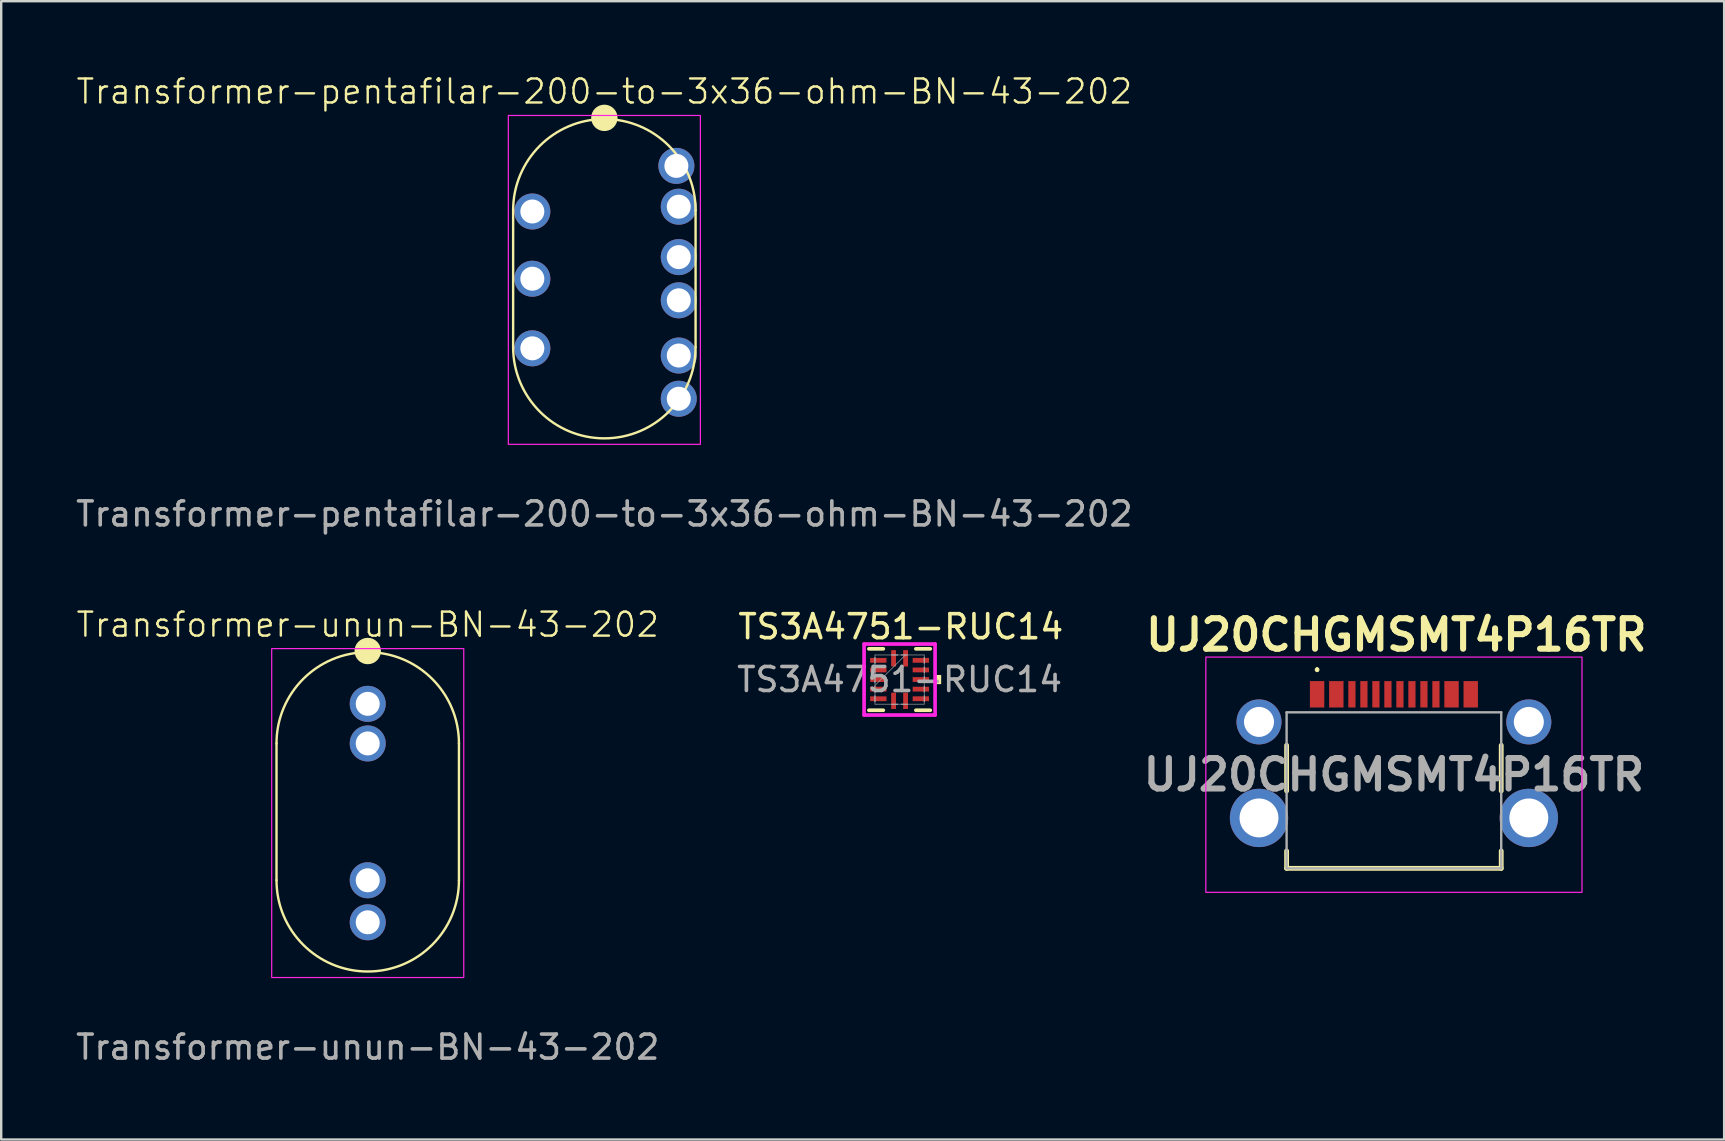
<source format=kicad_pcb>
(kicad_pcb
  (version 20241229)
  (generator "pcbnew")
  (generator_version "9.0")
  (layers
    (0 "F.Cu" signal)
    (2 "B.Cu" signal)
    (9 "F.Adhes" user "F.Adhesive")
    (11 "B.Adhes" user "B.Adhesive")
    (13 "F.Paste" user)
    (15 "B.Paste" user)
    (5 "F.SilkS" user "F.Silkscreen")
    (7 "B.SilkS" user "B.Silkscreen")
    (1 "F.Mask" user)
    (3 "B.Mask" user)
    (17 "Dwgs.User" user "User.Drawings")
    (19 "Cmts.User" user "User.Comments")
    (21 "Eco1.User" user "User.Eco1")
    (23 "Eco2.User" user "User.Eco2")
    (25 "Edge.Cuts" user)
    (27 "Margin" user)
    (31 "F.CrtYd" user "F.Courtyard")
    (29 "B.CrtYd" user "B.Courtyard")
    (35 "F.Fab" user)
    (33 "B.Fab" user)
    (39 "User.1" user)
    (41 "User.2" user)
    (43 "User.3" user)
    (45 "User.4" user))
  (footprint "UJ20CHGMSMT4P16TR"
    (layer "F.Cu")
    (at 55.015 29.497)
    (property "Reference" "UJ20CHGMSMT4P16TR" (at 0.1 -6.1 0) (layer "F.SilkS") (effects (font (size 1.27 1.27) (thickness 0.254))))
    (attr through_hole)
    (fp_line (start -4.47 -1.5) (end -4.47 0.4) (stroke (width 0.2) (type solid)) (layer "F.SilkS"))
    (fp_line (start -4.47 2.9) (end -4.47 3.625) (stroke (width 0.2) (type solid)) (layer "F.SilkS"))
    (fp_line (start -4.47 3.625) (end 4.47 3.625) (stroke (width 0.2) (type solid)) (layer "F.SilkS"))
    (fp_line (start -3.2 -4.7) (end -3.2 -4.7) (stroke (width 0.1) (type solid)) (layer "F.SilkS"))
    (fp_line (start -3.2 -4.6) (end -3.2 -4.6) (stroke (width 0.1) (type solid)) (layer "F.SilkS"))
    (fp_line (start 4.47 -1.5) (end 4.47 0.4) (stroke (width 0.2) (type solid)) (layer "F.SilkS"))
    (fp_line (start 4.47 3.625) (end 4.47 2.9) (stroke (width 0.2) (type solid)) (layer "F.SilkS"))
    (fp_arc (start -3.2 -4.7) (mid -3.15 -4.65) (end -3.2 -4.6) (stroke (width 0.1) (type solid)) (layer "F.SilkS"))
    (fp_arc (start -3.2 -4.6) (mid -3.25 -4.65) (end -3.2 -4.7) (stroke (width 0.1) (type solid)) (layer "F.SilkS"))
    (fp_rect (start -7.835 -5.175) (end 7.835 4.625) (stroke (width 0.05) (type default)) (fill no) (layer "F.CrtYd"))
    (fp_line (start -4.47 -2.875) (end 4.47 -2.875) (stroke (width 0.1) (type solid)) (layer "F.Fab"))
    (fp_line (start -4.47 3.625) (end -4.47 -2.875) (stroke (width 0.1) (type solid)) (layer "F.Fab"))
    (fp_line (start 4.47 -2.875) (end 4.47 3.625) (stroke (width 0.1) (type solid)) (layer "F.Fab"))
    (fp_line (start 4.47 3.625) (end -4.47 3.625) (stroke (width 0.1) (type solid)) (layer "F.Fab"))
    (fp_text user "${REFERENCE}" (at 0 -0.275 0) (layer "F.Fab") (effects (font (size 1.27 1.27) (thickness 0.254))))
    (pad "1" thru_hole circle (at -5.62 -2.475) (size 1.875 1.875) (drill 1.25) (layers "*.Cu" "*.Mask"))
    (pad "2" thru_hole circle (at 5.62 -2.475) (size 1.875 1.875) (drill 1.25) (layers "*.Cu" "*.Mask"))
    (pad "3" thru_hole circle (at -5.62 1.525) (size 2.43 2.43) (drill 1.62) (layers "*.Cu" "*.Mask"))
    (pad "4" thru_hole circle (at 5.62 1.525) (size 2.43 2.43) (drill 1.62) (layers "*.Cu" "*.Mask"))
    (pad "A1" smd rect (at -3.2 -3.625) (size 0.6 1.1) (layers "F.Cu" "F.Mask" "F.Paste"))
    (pad "A4" smd rect (at -2.4 -3.625) (size 0.6 1.1) (layers "F.Cu" "F.Mask" "F.Paste"))
    (pad "A5" smd rect (at -1.25 -3.625) (size 0.3 1.1) (layers "F.Cu" "F.Mask" "F.Paste"))
    (pad "A6" smd rect (at -0.25 -3.625) (size 0.3 1.1) (layers "F.Cu" "F.Mask" "F.Paste"))
    (pad "A7" smd rect (at 0.25 -3.625) (size 0.3 1.1) (layers "F.Cu" "F.Mask" "F.Paste"))
    (pad "A8" smd rect (at 1.25 -3.625) (size 0.3 1.1) (layers "F.Cu" "F.Mask" "F.Paste"))
    (pad "B1" smd rect (at 3.2 -3.625) (size 0.6 1.1) (layers "F.Cu" "F.Mask" "F.Paste"))
    (pad "B4" smd rect (at 2.4 -3.625) (size 0.6 1.1) (layers "F.Cu" "F.Mask" "F.Paste"))
    (pad "B5" smd rect (at 1.75 -3.625) (size 0.3 1.1) (layers "F.Cu" "F.Mask" "F.Paste"))
    (pad "B6" smd rect (at 0.75 -3.625) (size 0.3 1.1) (layers "F.Cu" "F.Mask" "F.Paste"))
    (pad "B7" smd rect (at -0.75 -3.625) (size 0.3 1.1) (layers "F.Cu" "F.Mask" "F.Paste"))
    (pad "B8" smd rect (at -1.75 -3.625) (size 0.3 1.1) (layers "F.Cu" "F.Mask" "F.Paste")))
  (footprint "Transformer-pentafilar-200-to-3x36-ohm-BN-43-202"
    (layer "F.Cu")
    (at 22.125 8.56)
    (property "Reference" "Transformer-pentafilar-200-to-3x36-ohm-BN-43-202" (at 0 -7.8 0) (unlocked yes) (layer "F.SilkS") (effects (font (size 1 1) (thickness 0.1))))
    (attr through_hole)
    (fp_line (start -3.8 2.85) (end -3.8 -2.85) (stroke (width 0.1) (type default)) (layer "F.SilkS"))
    (fp_line (start 3.8 -2.85) (end 3.8 2.85) (stroke (width 0.1) (type default)) (layer "F.SilkS"))
    (fp_arc (start -3.8 -2.85) (mid 0 -6.65) (end 3.8 -2.85) (stroke (width 0.1) (type solid)) (layer "F.SilkS"))
    (fp_arc (start 3.8 2.85) (mid 0 6.65) (end -3.8 2.85) (stroke (width 0.1) (type solid)) (layer "F.SilkS"))
    (fp_circle (center 0 -6.7) (end 0.5 -6.7) (stroke (width 0.1) (type solid)) (fill yes) (layer "F.SilkS"))
    (fp_rect (start -4 -6.8) (end 4 6.9) (stroke (width 0.05) (type default)) (fill no) (layer "F.CrtYd"))
    (fp_text user "${REFERENCE}" (at 0 9.8 0) (unlocked yes) (layer "F.Fab") (effects (font (size 1 1) (thickness 0.15))))
    (pad "1" thru_hole circle (at -3 -2.8) (size 1.5 1.5) (drill 1) (layers "*.Cu" "*.Mask"))
    (pad "2" thru_hole circle (at -3 0) (size 1.5 1.5) (drill 1) (layers "*.Cu" "*.Mask"))
    (pad "3" thru_hole circle (at -3 2.9) (size 1.5 1.5) (drill 1) (layers "*.Cu" "*.Mask"))
    (pad "4" thru_hole circle (at 3 -4.7) (size 1.5 1.5) (drill 1) (layers "*.Cu" "*.Mask"))
    (pad "5" thru_hole circle (at 3.1 -3) (size 1.5 1.5) (drill 1) (layers "*.Cu" "*.Mask"))
    (pad "6" thru_hole circle (at 3.1 -0.9) (size 1.5 1.5) (drill 1) (layers "*.Cu" "*.Mask"))
    (pad "7" thru_hole circle (at 3.1 0.9) (size 1.5 1.5) (drill 1) (layers "*.Cu" "*.Mask"))
    (pad "8" thru_hole circle (at 3.1 3.2) (size 1.5 1.5) (drill 1) (layers "*.Cu" "*.Mask"))
    (pad "9" thru_hole circle (at 3.1 5) (size 1.5 1.5) (drill 1) (layers "*.Cu" "*.Mask")))
  (footprint "Transformer-unun-BN-43-202"
    (layer "F.Cu")
    (at 12.268 30.769)
    (property "Reference" "Transformer-unun-BN-43-202" (at 0 -7.8 0) (unlocked yes) (layer "F.SilkS") (effects (font (size 1 1) (thickness 0.1))))
    (attr through_hole)
    (fp_line (start -3.8 2.85) (end -3.8 -2.85) (stroke (width 0.1) (type default)) (layer "F.SilkS"))
    (fp_line (start 3.8 -2.85) (end 3.8 2.85) (stroke (width 0.1) (type default)) (layer "F.SilkS"))
    (fp_arc (start -3.8 -2.85) (mid 0 -6.65) (end 3.8 -2.85) (stroke (width 0.1) (type solid)) (layer "F.SilkS"))
    (fp_arc (start 3.8 2.85) (mid 0 6.65) (end -3.8 2.85) (stroke (width 0.1) (type solid)) (layer "F.SilkS"))
    (fp_circle (center 0 -6.7) (end 0.5 -6.7) (stroke (width 0.1) (type solid)) (fill yes) (layer "F.SilkS"))
    (fp_rect (start -4 -6.8) (end 4 6.9) (stroke (width 0.05) (type default)) (fill no) (layer "F.CrtYd"))
    (fp_text user "${REFERENCE}" (at 0 9.8 0) (unlocked yes) (layer "F.Fab") (effects (font (size 1 1) (thickness 0.15))))
    (pad "1" thru_hole circle (at 0 -2.85) (size 1.5 1.5) (drill 1) (layers "*.Cu" "*.Mask"))
    (pad "2" thru_hole circle (at 0 2.85) (size 1.5 1.5) (drill 1) (layers "*.Cu" "*.Mask"))
    (pad "3" thru_hole circle (at 0 -4.5) (size 1.5 1.5) (drill 1) (layers "*.Cu" "*.Mask"))
    (pad "4" thru_hole circle (at 0 4.6) (size 1.5 1.5) (drill 1) (layers "*.Cu" "*.Mask")))
  (footprint "TS3A4751-RUC14"
    (layer "F.Cu")
    (at 34.423 25.257)
    (property "Reference" "TS3A4751-RUC14" (at 0.05 -2.2 0) (unlocked yes) (layer "F.SilkS") (effects (font (size 1 1) (thickness 0.15))))
    (attr smd)
    (fp_poly (pts (xy -1.275 -0.95) (xy -1.275 -0.65) (xy -0.495 -0.65) (xy -0.495 -0.95)) (stroke (width 0) (type solid)) (fill yes) (layer "F.Mask"))
    (fp_poly (pts (xy -1.275 -0.55) (xy -1.275 -0.25) (xy -0.495 -0.25) (xy -0.495 -0.55)) (stroke (width 0) (type solid)) (fill yes) (layer "F.Mask"))
    (fp_poly (pts (xy -1.275 -0.15) (xy -1.275 0.15) (xy -0.495 0.15) (xy -0.495 -0.15)) (stroke (width 0) (type solid)) (fill yes) (layer "F.Mask"))
    (fp_poly (pts (xy -1.275 0.25) (xy -1.275 0.55) (xy -0.495 0.55) (xy -0.495 0.25)) (stroke (width 0) (type solid)) (fill yes) (layer "F.Mask"))
    (fp_poly (pts (xy -1.275 0.65) (xy -1.275 0.95) (xy -0.495 0.95) (xy -0.495 0.65)) (stroke (width 0) (type solid)) (fill yes) (layer "F.Mask"))
    (fp_poly (pts (xy -0.4 -1.275) (xy -0.4 -0.495) (xy -0.1 -0.495) (xy -0.1 -1.275)) (stroke (width 0) (type solid)) (fill yes) (layer "F.Mask"))
    (fp_poly (pts (xy -0.4 0.495) (xy -0.4 1.275) (xy -0.1 1.275) (xy -0.1 0.495)) (stroke (width 0) (type solid)) (fill yes) (layer "F.Mask"))
    (fp_poly (pts (xy 0.1 -1.275) (xy 0.1 -0.495) (xy 0.4 -0.495) (xy 0.4 -1.275)) (stroke (width 0) (type solid)) (fill yes) (layer "F.Mask"))
    (fp_poly (pts (xy 0.1 0.495) (xy 0.1 1.275) (xy 0.4 1.275) (xy 0.4 0.495)) (stroke (width 0) (type solid)) (fill yes) (layer "F.Mask"))
    (fp_poly (pts (xy 0.495 -0.95) (xy 0.495 -0.65) (xy 1.275 -0.65) (xy 1.275 -0.95)) (stroke (width 0) (type solid)) (fill yes) (layer "F.Mask"))
    (fp_poly (pts (xy 0.495 -0.55) (xy 0.495 -0.25) (xy 1.275 -0.25) (xy 1.275 -0.55)) (stroke (width 0) (type solid)) (fill yes) (layer "F.Mask"))
    (fp_poly (pts (xy 0.495 -0.15) (xy 0.495 0.15) (xy 1.275 0.15) (xy 1.275 -0.15)) (stroke (width 0) (type solid)) (fill yes) (layer "F.Mask"))
    (fp_poly (pts (xy 0.495 0.25) (xy 0.495 0.55) (xy 1.275 0.55) (xy 1.275 0.25)) (stroke (width 0) (type solid)) (fill yes) (layer "F.Mask"))
    (fp_poly (pts (xy 0.495 0.65) (xy 0.495 0.95) (xy 1.275 0.95) (xy 1.275 0.65)) (stroke (width 0) (type solid)) (fill yes) (layer "F.Mask"))
    (fp_line (start -1.279 1.279) (end -0.678 1.279) (stroke (width 0.152) (type solid)) (layer "F.SilkS"))
    (fp_line (start -0.678 -1.279) (end -1.279 -1.279) (stroke (width 0.152) (type solid)) (layer "F.SilkS"))
    (fp_line (start 0.678 1.279) (end 1.279 1.279) (stroke (width 0.152) (type solid)) (layer "F.SilkS"))
    (fp_line (start 1.279 -1.279) (end 0.678 -1.279) (stroke (width 0.152) (type solid)) (layer "F.SilkS"))
    (fp_poly (pts (xy 1.733 -0.191) (xy 1.733 0.191) (xy 1.479 0.191) (xy 1.479 -0.191)) (stroke (width 0) (type solid)) (fill yes) (layer "F.SilkS"))
    (fp_poly (pts (xy -1.2 -0.875) (xy -1.2 -0.725) (xy -0.57 -0.725) (xy -0.57 -0.875)) (stroke (width 0) (type solid)) (fill yes) (layer "F.Paste"))
    (fp_poly (pts (xy -1.2 -0.475) (xy -1.2 -0.325) (xy -0.57 -0.325) (xy -0.57 -0.475)) (stroke (width 0) (type solid)) (fill yes) (layer "F.Paste"))
    (fp_poly (pts (xy -1.2 -0.075) (xy -1.2 0.075) (xy -0.57 0.075) (xy -0.57 -0.075)) (stroke (width 0) (type solid)) (fill yes) (layer "F.Paste"))
    (fp_poly (pts (xy -1.2 0.325) (xy -1.2 0.475) (xy -0.57 0.475) (xy -0.57 0.325)) (stroke (width 0) (type solid)) (fill yes) (layer "F.Paste"))
    (fp_poly (pts (xy -1.2 0.725) (xy -1.2 0.875) (xy -0.57 0.875) (xy -0.57 0.725)) (stroke (width 0) (type solid)) (fill yes) (layer "F.Paste"))
    (fp_poly (pts (xy -0.325 -1.2) (xy -0.325 -0.57) (xy -0.175 -0.57) (xy -0.175 -1.2)) (stroke (width 0) (type solid)) (fill yes) (layer "F.Paste"))
    (fp_poly (pts (xy -0.325 0.57) (xy -0.325 1.2) (xy -0.175 1.2) (xy -0.175 0.57)) (stroke (width 0) (type solid)) (fill yes) (layer "F.Paste"))
    (fp_poly (pts (xy 0.175 -1.2) (xy 0.175 -0.57) (xy 0.325 -0.57) (xy 0.325 -1.2)) (stroke (width 0) (type solid)) (fill yes) (layer "F.Paste"))
    (fp_poly (pts (xy 0.175 0.57) (xy 0.175 1.2) (xy 0.325 1.2) (xy 0.325 0.57)) (stroke (width 0) (type solid)) (fill yes) (layer "F.Paste"))
    (fp_poly (pts (xy 0.57 -0.875) (xy 0.57 -0.725) (xy 1.2 -0.725) (xy 1.2 -0.875)) (stroke (width 0) (type solid)) (fill yes) (layer "F.Paste"))
    (fp_poly (pts (xy 0.57 -0.475) (xy 0.57 -0.325) (xy 1.2 -0.325) (xy 1.2 -0.475)) (stroke (width 0) (type solid)) (fill yes) (layer "F.Paste"))
    (fp_poly (pts (xy 0.57 -0.075) (xy 0.57 0.075) (xy 1.2 0.075) (xy 1.2 -0.075)) (stroke (width 0) (type solid)) (fill yes) (layer "F.Paste"))
    (fp_poly (pts (xy 0.57 0.325) (xy 0.57 0.475) (xy 1.2 0.475) (xy 1.2 0.325)) (stroke (width 0) (type solid)) (fill yes) (layer "F.Paste"))
    (fp_poly (pts (xy 0.57 0.725) (xy 0.57 0.875) (xy 1.2 0.875) (xy 1.2 0.725)) (stroke (width 0) (type solid)) (fill yes) (layer "F.Paste"))
    (fp_line (start -1.479 -1.479) (end 1.479 -1.479) (stroke (width 0.152) (type solid)) (layer "F.CrtYd"))
    (fp_line (start -1.479 1.479) (end -1.479 -1.479) (stroke (width 0.152) (type solid)) (layer "F.CrtYd"))
    (fp_line (start 1.479 -1.479) (end 1.479 1.479) (stroke (width 0.152) (type solid)) (layer "F.CrtYd"))
    (fp_line (start 1.479 1.479) (end -1.479 1.479) (stroke (width 0.152) (type solid)) (layer "F.CrtYd"))
    (fp_line (start -1.025 -1.025) (end -1.025 1.025) (stroke (width 0.025) (type solid)) (layer "F.Fab"))
    (fp_line (start -1.025 -0.925) (end -1.025 -0.925) (stroke (width 0.025) (type solid)) (layer "F.Fab"))
    (fp_line (start -1.025 -0.925) (end -1.025 -0.675) (stroke (width 0.025) (type solid)) (layer "F.Fab"))
    (fp_line (start -1.025 -0.675) (end -1.025 -0.925) (stroke (width 0.025) (type solid)) (layer "F.Fab"))
    (fp_line (start -1.025 -0.675) (end -1.025 -0.675) (stroke (width 0.025) (type solid)) (layer "F.Fab"))
    (fp_line (start -1.025 -0.525) (end -1.025 -0.525) (stroke (width 0.025) (type solid)) (layer "F.Fab"))
    (fp_line (start -1.025 -0.525) (end -1.025 -0.275) (stroke (width 0.025) (type solid)) (layer "F.Fab"))
    (fp_line (start -1.025 -0.275) (end -1.025 -0.525) (stroke (width 0.025) (type solid)) (layer "F.Fab"))
    (fp_line (start -1.025 -0.275) (end -1.025 -0.275) (stroke (width 0.025) (type solid)) (layer "F.Fab"))
    (fp_line (start -1.025 -0.125) (end -1.025 -0.125) (stroke (width 0.025) (type solid)) (layer "F.Fab"))
    (fp_line (start -1.025 -0.125) (end -1.025 0.125) (stroke (width 0.025) (type solid)) (layer "F.Fab"))
    (fp_line (start -1.025 0.125) (end -1.025 -0.125) (stroke (width 0.025) (type solid)) (layer "F.Fab"))
    (fp_line (start -1.025 0.125) (end -1.025 0.125) (stroke (width 0.025) (type solid)) (layer "F.Fab"))
    (fp_line (start -1.025 0.245) (end 0.245 -1.025) (stroke (width 0.025) (type solid)) (layer "F.Fab"))
    (fp_line (start -1.025 0.275) (end -1.025 0.275) (stroke (width 0.025) (type solid)) (layer "F.Fab"))
    (fp_line (start -1.025 0.275) (end -1.025 0.525) (stroke (width 0.025) (type solid)) (layer "F.Fab"))
    (fp_line (start -1.025 0.525) (end -1.025 0.275) (stroke (width 0.025) (type solid)) (layer "F.Fab"))
    (fp_line (start -1.025 0.525) (end -1.025 0.525) (stroke (width 0.025) (type solid)) (layer "F.Fab"))
    (fp_line (start -1.025 0.675) (end -1.025 0.675) (stroke (width 0.025) (type solid)) (layer "F.Fab"))
    (fp_line (start -1.025 0.675) (end -1.025 0.925) (stroke (width 0.025) (type solid)) (layer "F.Fab"))
    (fp_line (start -1.025 0.925) (end -1.025 0.675) (stroke (width 0.025) (type solid)) (layer "F.Fab"))
    (fp_line (start -1.025 0.925) (end -1.025 0.925) (stroke (width 0.025) (type solid)) (layer "F.Fab"))
    (fp_line (start -1.025 1.025) (end 1.025 1.025) (stroke (width 0.025) (type solid)) (layer "F.Fab"))
    (fp_line (start -0.325 -1.025) (end -0.325 -1.025) (stroke (width 0.025) (type solid)) (layer "F.Fab"))
    (fp_line (start -0.325 -1.025) (end -0.075 -1.025) (stroke (width 0.025) (type solid)) (layer "F.Fab"))
    (fp_line (start -0.325 1.025) (end -0.325 1.025) (stroke (width 0.025) (type solid)) (layer "F.Fab"))
    (fp_line (start -0.325 1.025) (end -0.075 1.025) (stroke (width 0.025) (type solid)) (layer "F.Fab"))
    (fp_line (start -0.075 -1.025) (end -0.325 -1.025) (stroke (width 0.025) (type solid)) (layer "F.Fab"))
    (fp_line (start -0.075 -1.025) (end -0.075 -1.025) (stroke (width 0.025) (type solid)) (layer "F.Fab"))
    (fp_line (start -0.075 1.025) (end -0.325 1.025) (stroke (width 0.025) (type solid)) (layer "F.Fab"))
    (fp_line (start -0.075 1.025) (end -0.075 1.025) (stroke (width 0.025) (type solid)) (layer "F.Fab"))
    (fp_line (start 0.075 -1.025) (end 0.075 -1.025) (stroke (width 0.025) (type solid)) (layer "F.Fab"))
    (fp_line (start 0.075 -1.025) (end 0.325 -1.025) (stroke (width 0.025) (type solid)) (layer "F.Fab"))
    (fp_line (start 0.075 1.025) (end 0.075 1.025) (stroke (width 0.025) (type solid)) (layer "F.Fab"))
    (fp_line (start 0.075 1.025) (end 0.325 1.025) (stroke (width 0.025) (type solid)) (layer "F.Fab"))
    (fp_line (start 0.325 -1.025) (end 0.075 -1.025) (stroke (width 0.025) (type solid)) (layer "F.Fab"))
    (fp_line (start 0.325 -1.025) (end 0.325 -1.025) (stroke (width 0.025) (type solid)) (layer "F.Fab"))
    (fp_line (start 0.325 1.025) (end 0.075 1.025) (stroke (width 0.025) (type solid)) (layer "F.Fab"))
    (fp_line (start 0.325 1.025) (end 0.325 1.025) (stroke (width 0.025) (type solid)) (layer "F.Fab"))
    (fp_line (start 1.025 -1.025) (end -1.025 -1.025) (stroke (width 0.025) (type solid)) (layer "F.Fab"))
    (fp_line (start 1.025 -0.925) (end 1.025 -0.925) (stroke (width 0.025) (type solid)) (layer "F.Fab"))
    (fp_line (start 1.025 -0.925) (end 1.025 -0.675) (stroke (width 0.025) (type solid)) (layer "F.Fab"))
    (fp_line (start 1.025 -0.675) (end 1.025 -0.925) (stroke (width 0.025) (type solid)) (layer "F.Fab"))
    (fp_line (start 1.025 -0.675) (end 1.025 -0.675) (stroke (width 0.025) (type solid)) (layer "F.Fab"))
    (fp_line (start 1.025 -0.525) (end 1.025 -0.525) (stroke (width 0.025) (type solid)) (layer "F.Fab"))
    (fp_line (start 1.025 -0.525) (end 1.025 -0.275) (stroke (width 0.025) (type solid)) (layer "F.Fab"))
    (fp_line (start 1.025 -0.275) (end 1.025 -0.525) (stroke (width 0.025) (type solid)) (layer "F.Fab"))
    (fp_line (start 1.025 -0.275) (end 1.025 -0.275) (stroke (width 0.025) (type solid)) (layer "F.Fab"))
    (fp_line (start 1.025 -0.125) (end 1.025 -0.125) (stroke (width 0.025) (type solid)) (layer "F.Fab"))
    (fp_line (start 1.025 -0.125) (end 1.025 0.125) (stroke (width 0.025) (type solid)) (layer "F.Fab"))
    (fp_line (start 1.025 0.125) (end 1.025 -0.125) (stroke (width 0.025) (type solid)) (layer "F.Fab"))
    (fp_line (start 1.025 0.125) (end 1.025 0.125) (stroke (width 0.025) (type solid)) (layer "F.Fab"))
    (fp_line (start 1.025 0.275) (end 1.025 0.275) (stroke (width 0.025) (type solid)) (layer "F.Fab"))
    (fp_line (start 1.025 0.275) (end 1.025 0.525) (stroke (width 0.025) (type solid)) (layer "F.Fab"))
    (fp_line (start 1.025 0.525) (end 1.025 0.275) (stroke (width 0.025) (type solid)) (layer "F.Fab"))
    (fp_line (start 1.025 0.525) (end 1.025 0.525) (stroke (width 0.025) (type solid)) (layer "F.Fab"))
    (fp_line (start 1.025 0.675) (end 1.025 0.675) (stroke (width 0.025) (type solid)) (layer "F.Fab"))
    (fp_line (start 1.025 0.675) (end 1.025 0.925) (stroke (width 0.025) (type solid)) (layer "F.Fab"))
    (fp_line (start 1.025 0.925) (end 1.025 0.675) (stroke (width 0.025) (type solid)) (layer "F.Fab"))
    (fp_line (start 1.025 0.925) (end 1.025 0.925) (stroke (width 0.025) (type solid)) (layer "F.Fab"))
    (fp_line (start 1.025 1.025) (end 1.025 -1.025) (stroke (width 0.025) (type solid)) (layer "F.Fab"))
    (fp_text user "${REFERENCE}" (at 0 0 0) (unlocked yes) (layer "F.Fab") (effects (font (size 1 1) (thickness 0.15))))
    (pad "1" smd rect (at -0.885 -0.8 90) (size 0.2 0.68) (layers "F.Cu" "F.Mask"))
    (pad "2" smd rect (at -0.885 -0.4 90) (size 0.2 0.68) (layers "F.Cu" "F.Mask"))
    (pad "3" smd rect (at -0.885 0 90) (size 0.2 0.68) (layers "F.Cu" "F.Mask"))
    (pad "4" smd rect (at -0.885 0.4 90) (size 0.2 0.68) (layers "F.Cu" "F.Mask"))
    (pad "5" smd rect (at -0.885 0.8 90) (size 0.2 0.68) (layers "F.Cu" "F.Mask"))
    (pad "6" smd rect (at -0.25 0.885) (size 0.2 0.68) (layers "F.Cu" "F.Mask"))
    (pad "7" smd rect (at 0.25 0.885) (size 0.2 0.68) (layers "F.Cu" "F.Mask"))
    (pad "8" smd rect (at 0.885 0.8 90) (size 0.2 0.68) (layers "F.Cu" "F.Mask"))
    (pad "9" smd rect (at 0.885 0.4 90) (size 0.2 0.68) (layers "F.Cu" "F.Mask"))
    (pad "10" smd rect (at 0.885 0 90) (size 0.2 0.68) (layers "F.Cu" "F.Mask"))
    (pad "11" smd rect (at 0.885 -0.4 90) (size 0.2 0.68) (layers "F.Cu" "F.Mask"))
    (pad "12" smd rect (at 0.885 -0.8 90) (size 0.2 0.68) (layers "F.Cu" "F.Mask"))
    (pad "13" smd rect (at 0.25 -0.885) (size 0.2 0.68) (layers "F.Cu" "F.Mask"))
    (pad "14" smd rect (at -0.25 -0.885) (size 0.2 0.68) (layers "F.Cu" "F.Mask")))
  (gr_rect
    (start -3 -3)
    (end 68.771 44.417)
    (stroke (width 0.1) (type default))
    (fill no)
    (layer "Edge.Cuts")))
</source>
